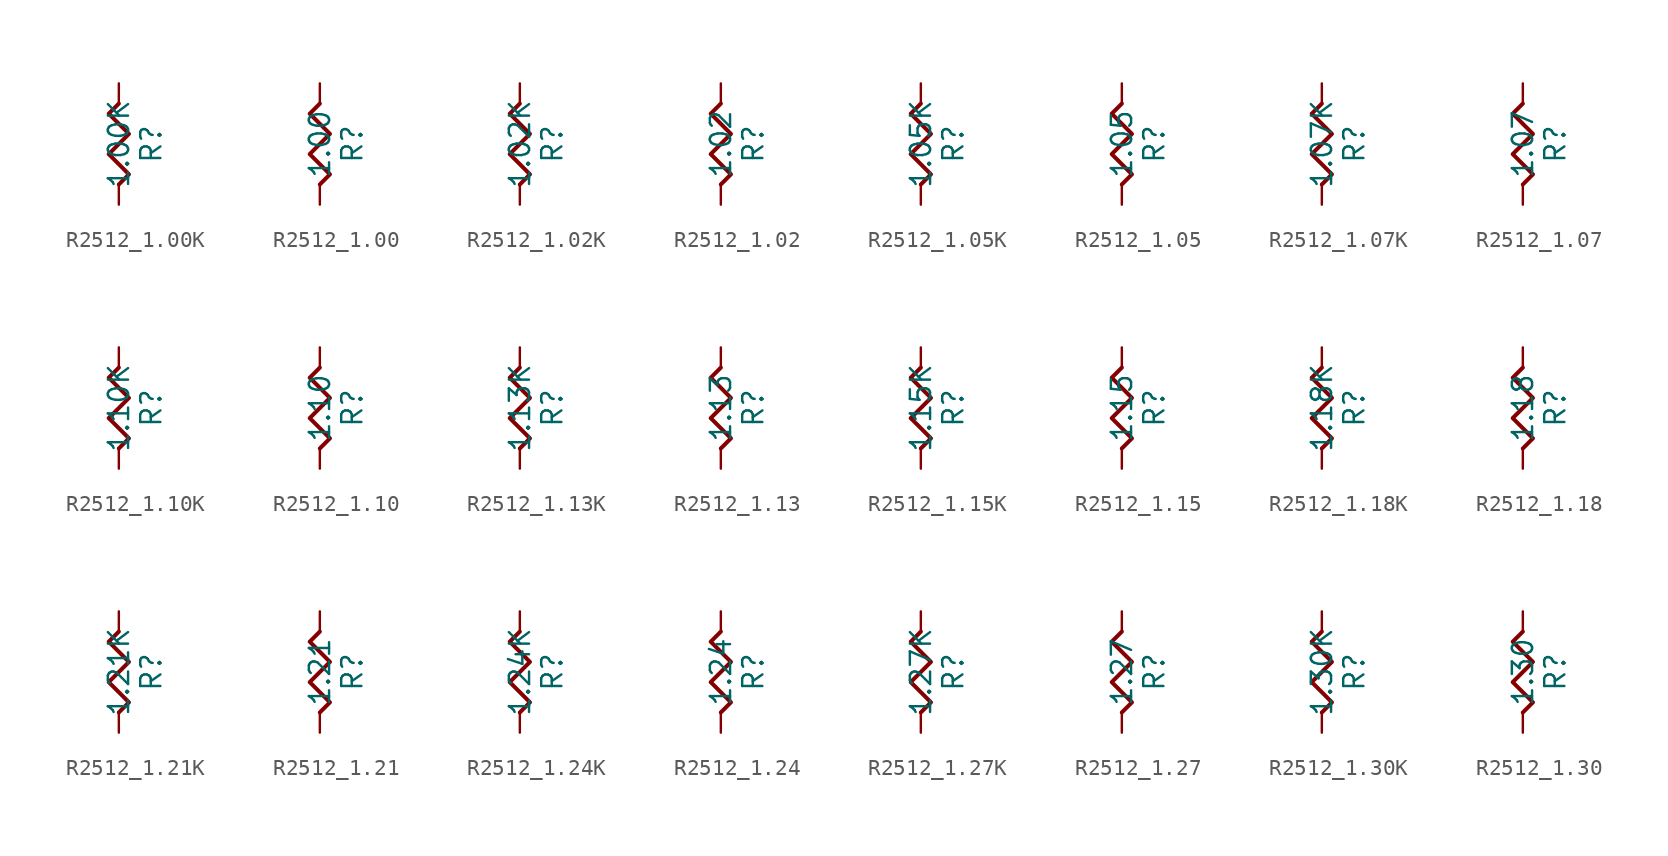
<source format=kicad_sym>
(kicad_symbol_lib
  (version 20211014)
  (generator atlantix-eda)
  (symbol "R2512_1.00K"
    (pin_numbers hide)
    (pin_names
      (offset 0))
    (property "Reference" "R"
      (at 2.032 0 90)
      (effects (font (size 1.27 1.27))))
    (property "Value" "1.00K"
      (at 0 0 90)
      (effects (font (size 1.27 1.27))))
    (symbol "R2512_1.00K_0_1"
      (polyline (pts (xy 0 -2.54) (xy 0.635 -1.905) (xy -0.635 -0.635) (xy 0.635 0.635) (xy -0.635 1.905) (xy 0 2.54)) (stroke (width 0.254) (type default) (color 0 0 0 0)) (fill (type none))))
    (symbol "R2512_1.00K_1_1"
      (pin passive line (at 0 3.81 270) (length 1.27) (name "~" (effects (font (size 1.27 1.27)))) (number "1" (effects (font (size 1.27 1.27)))))
      (pin passive line (at 0 -3.81 90) (length 1.27) (name "~" (effects (font (size 1.27 1.27)))) (number "2" (effects (font (size 1.27 1.27)))))))
  (symbol "R2512_1.00"
    (pin_numbers hide)
    (pin_names
      (offset 0))
    (property "Reference" "R"
      (at 2.032 0 90)
      (effects (font (size 1.27 1.27))))
    (property "Value" "1.00"
      (at 0 0 90)
      (effects (font (size 1.27 1.27))))
    (symbol "R2512_1.00_0_1"
      (polyline (pts (xy 0 -2.54) (xy 0.635 -1.905) (xy -0.635 -0.635) (xy 0.635 0.635) (xy -0.635 1.905) (xy 0 2.54)) (stroke (width 0.254) (type default) (color 0 0 0 0)) (fill (type none))))
    (symbol "R2512_1.00_1_1"
      (pin passive line (at 0 3.81 270) (length 1.27) (name "~" (effects (font (size 1.27 1.27)))) (number "1" (effects (font (size 1.27 1.27)))))
      (pin passive line (at 0 -3.81 90) (length 1.27) (name "~" (effects (font (size 1.27 1.27)))) (number "2" (effects (font (size 1.27 1.27)))))))
  (symbol "R2512_1.02K"
    (pin_numbers hide)
    (pin_names
      (offset 0))
    (property "Reference" "R"
      (at 2.032 0 90)
      (effects (font (size 1.27 1.27))))
    (property "Value" "1.02K"
      (at 0 0 90)
      (effects (font (size 1.27 1.27))))
    (symbol "R2512_1.02K_0_1"
      (polyline (pts (xy 0 -2.54) (xy 0.635 -1.905) (xy -0.635 -0.635) (xy 0.635 0.635) (xy -0.635 1.905) (xy 0 2.54)) (stroke (width 0.254) (type default) (color 0 0 0 0)) (fill (type none))))
    (symbol "R2512_1.02K_1_1"
      (pin passive line (at 0 3.81 270) (length 1.27) (name "~" (effects (font (size 1.27 1.27)))) (number "1" (effects (font (size 1.27 1.27)))))
      (pin passive line (at 0 -3.81 90) (length 1.27) (name "~" (effects (font (size 1.27 1.27)))) (number "2" (effects (font (size 1.27 1.27)))))))
  (symbol "R2512_1.02"
    (pin_numbers hide)
    (pin_names
      (offset 0))
    (property "Reference" "R"
      (at 2.032 0 90)
      (effects (font (size 1.27 1.27))))
    (property "Value" "1.02"
      (at 0 0 90)
      (effects (font (size 1.27 1.27))))
    (symbol "R2512_1.02_0_1"
      (polyline (pts (xy 0 -2.54) (xy 0.635 -1.905) (xy -0.635 -0.635) (xy 0.635 0.635) (xy -0.635 1.905) (xy 0 2.54)) (stroke (width 0.254) (type default) (color 0 0 0 0)) (fill (type none))))
    (symbol "R2512_1.02_1_1"
      (pin passive line (at 0 3.81 270) (length 1.27) (name "~" (effects (font (size 1.27 1.27)))) (number "1" (effects (font (size 1.27 1.27)))))
      (pin passive line (at 0 -3.81 90) (length 1.27) (name "~" (effects (font (size 1.27 1.27)))) (number "2" (effects (font (size 1.27 1.27)))))))
  (symbol "R2512_1.05K"
    (pin_numbers hide)
    (pin_names
      (offset 0))
    (property "Reference" "R"
      (at 2.032 0 90)
      (effects (font (size 1.27 1.27))))
    (property "Value" "1.05K"
      (at 0 0 90)
      (effects (font (size 1.27 1.27))))
    (symbol "R2512_1.05K_0_1"
      (polyline (pts (xy 0 -2.54) (xy 0.635 -1.905) (xy -0.635 -0.635) (xy 0.635 0.635) (xy -0.635 1.905) (xy 0 2.54)) (stroke (width 0.254) (type default) (color 0 0 0 0)) (fill (type none))))
    (symbol "R2512_1.05K_1_1"
      (pin passive line (at 0 3.81 270) (length 1.27) (name "~" (effects (font (size 1.27 1.27)))) (number "1" (effects (font (size 1.27 1.27)))))
      (pin passive line (at 0 -3.81 90) (length 1.27) (name "~" (effects (font (size 1.27 1.27)))) (number "2" (effects (font (size 1.27 1.27)))))))
  (symbol "R2512_1.05"
    (pin_numbers hide)
    (pin_names
      (offset 0))
    (property "Reference" "R"
      (at 2.032 0 90)
      (effects (font (size 1.27 1.27))))
    (property "Value" "1.05"
      (at 0 0 90)
      (effects (font (size 1.27 1.27))))
    (symbol "R2512_1.05_0_1"
      (polyline (pts (xy 0 -2.54) (xy 0.635 -1.905) (xy -0.635 -0.635) (xy 0.635 0.635) (xy -0.635 1.905) (xy 0 2.54)) (stroke (width 0.254) (type default) (color 0 0 0 0)) (fill (type none))))
    (symbol "R2512_1.05_1_1"
      (pin passive line (at 0 3.81 270) (length 1.27) (name "~" (effects (font (size 1.27 1.27)))) (number "1" (effects (font (size 1.27 1.27)))))
      (pin passive line (at 0 -3.81 90) (length 1.27) (name "~" (effects (font (size 1.27 1.27)))) (number "2" (effects (font (size 1.27 1.27)))))))
  (symbol "R2512_1.07K"
    (pin_numbers hide)
    (pin_names
      (offset 0))
    (property "Reference" "R"
      (at 2.032 0 90)
      (effects (font (size 1.27 1.27))))
    (property "Value" "1.07K"
      (at 0 0 90)
      (effects (font (size 1.27 1.27))))
    (symbol "R2512_1.07K_0_1"
      (polyline (pts (xy 0 -2.54) (xy 0.635 -1.905) (xy -0.635 -0.635) (xy 0.635 0.635) (xy -0.635 1.905) (xy 0 2.54)) (stroke (width 0.254) (type default) (color 0 0 0 0)) (fill (type none))))
    (symbol "R2512_1.07K_1_1"
      (pin passive line (at 0 3.81 270) (length 1.27) (name "~" (effects (font (size 1.27 1.27)))) (number "1" (effects (font (size 1.27 1.27)))))
      (pin passive line (at 0 -3.81 90) (length 1.27) (name "~" (effects (font (size 1.27 1.27)))) (number "2" (effects (font (size 1.27 1.27)))))))
  (symbol "R2512_1.07"
    (pin_numbers hide)
    (pin_names
      (offset 0))
    (property "Reference" "R"
      (at 2.032 0 90)
      (effects (font (size 1.27 1.27))))
    (property "Value" "1.07"
      (at 0 0 90)
      (effects (font (size 1.27 1.27))))
    (symbol "R2512_1.07_0_1"
      (polyline (pts (xy 0 -2.54) (xy 0.635 -1.905) (xy -0.635 -0.635) (xy 0.635 0.635) (xy -0.635 1.905) (xy 0 2.54)) (stroke (width 0.254) (type default) (color 0 0 0 0)) (fill (type none))))
    (symbol "R2512_1.07_1_1"
      (pin passive line (at 0 3.81 270) (length 1.27) (name "~" (effects (font (size 1.27 1.27)))) (number "1" (effects (font (size 1.27 1.27)))))
      (pin passive line (at 0 -3.81 90) (length 1.27) (name "~" (effects (font (size 1.27 1.27)))) (number "2" (effects (font (size 1.27 1.27)))))))
  (symbol "R2512_1.10K"
    (pin_numbers hide)
    (pin_names
      (offset 0))
    (property "Reference" "R"
      (at 2.032 0 90)
      (effects (font (size 1.27 1.27))))
    (property "Value" "1.10K"
      (at 0 0 90)
      (effects (font (size 1.27 1.27))))
    (symbol "R2512_1.10K_0_1"
      (polyline (pts (xy 0 -2.54) (xy 0.635 -1.905) (xy -0.635 -0.635) (xy 0.635 0.635) (xy -0.635 1.905) (xy 0 2.54)) (stroke (width 0.254) (type default) (color 0 0 0 0)) (fill (type none))))
    (symbol "R2512_1.10K_1_1"
      (pin passive line (at 0 3.81 270) (length 1.27) (name "~" (effects (font (size 1.27 1.27)))) (number "1" (effects (font (size 1.27 1.27)))))
      (pin passive line (at 0 -3.81 90) (length 1.27) (name "~" (effects (font (size 1.27 1.27)))) (number "2" (effects (font (size 1.27 1.27)))))))
  (symbol "R2512_1.10"
    (pin_numbers hide)
    (pin_names
      (offset 0))
    (property "Reference" "R"
      (at 2.032 0 90)
      (effects (font (size 1.27 1.27))))
    (property "Value" "1.10"
      (at 0 0 90)
      (effects (font (size 1.27 1.27))))
    (symbol "R2512_1.10_0_1"
      (polyline (pts (xy 0 -2.54) (xy 0.635 -1.905) (xy -0.635 -0.635) (xy 0.635 0.635) (xy -0.635 1.905) (xy 0 2.54)) (stroke (width 0.254) (type default) (color 0 0 0 0)) (fill (type none))))
    (symbol "R2512_1.10_1_1"
      (pin passive line (at 0 3.81 270) (length 1.27) (name "~" (effects (font (size 1.27 1.27)))) (number "1" (effects (font (size 1.27 1.27)))))
      (pin passive line (at 0 -3.81 90) (length 1.27) (name "~" (effects (font (size 1.27 1.27)))) (number "2" (effects (font (size 1.27 1.27)))))))
  (symbol "R2512_1.13K"
    (pin_numbers hide)
    (pin_names
      (offset 0))
    (property "Reference" "R"
      (at 2.032 0 90)
      (effects (font (size 1.27 1.27))))
    (property "Value" "1.13K"
      (at 0 0 90)
      (effects (font (size 1.27 1.27))))
    (symbol "R2512_1.13K_0_1"
      (polyline (pts (xy 0 -2.54) (xy 0.635 -1.905) (xy -0.635 -0.635) (xy 0.635 0.635) (xy -0.635 1.905) (xy 0 2.54)) (stroke (width 0.254) (type default) (color 0 0 0 0)) (fill (type none))))
    (symbol "R2512_1.13K_1_1"
      (pin passive line (at 0 3.81 270) (length 1.27) (name "~" (effects (font (size 1.27 1.27)))) (number "1" (effects (font (size 1.27 1.27)))))
      (pin passive line (at 0 -3.81 90) (length 1.27) (name "~" (effects (font (size 1.27 1.27)))) (number "2" (effects (font (size 1.27 1.27)))))))
  (symbol "R2512_1.13"
    (pin_numbers hide)
    (pin_names
      (offset 0))
    (property "Reference" "R"
      (at 2.032 0 90)
      (effects (font (size 1.27 1.27))))
    (property "Value" "1.13"
      (at 0 0 90)
      (effects (font (size 1.27 1.27))))
    (symbol "R2512_1.13_0_1"
      (polyline (pts (xy 0 -2.54) (xy 0.635 -1.905) (xy -0.635 -0.635) (xy 0.635 0.635) (xy -0.635 1.905) (xy 0 2.54)) (stroke (width 0.254) (type default) (color 0 0 0 0)) (fill (type none))))
    (symbol "R2512_1.13_1_1"
      (pin passive line (at 0 3.81 270) (length 1.27) (name "~" (effects (font (size 1.27 1.27)))) (number "1" (effects (font (size 1.27 1.27)))))
      (pin passive line (at 0 -3.81 90) (length 1.27) (name "~" (effects (font (size 1.27 1.27)))) (number "2" (effects (font (size 1.27 1.27)))))))
  (symbol "R2512_1.15K"
    (pin_numbers hide)
    (pin_names
      (offset 0))
    (property "Reference" "R"
      (at 2.032 0 90)
      (effects (font (size 1.27 1.27))))
    (property "Value" "1.15K"
      (at 0 0 90)
      (effects (font (size 1.27 1.27))))
    (symbol "R2512_1.15K_0_1"
      (polyline (pts (xy 0 -2.54) (xy 0.635 -1.905) (xy -0.635 -0.635) (xy 0.635 0.635) (xy -0.635 1.905) (xy 0 2.54)) (stroke (width 0.254) (type default) (color 0 0 0 0)) (fill (type none))))
    (symbol "R2512_1.15K_1_1"
      (pin passive line (at 0 3.81 270) (length 1.27) (name "~" (effects (font (size 1.27 1.27)))) (number "1" (effects (font (size 1.27 1.27)))))
      (pin passive line (at 0 -3.81 90) (length 1.27) (name "~" (effects (font (size 1.27 1.27)))) (number "2" (effects (font (size 1.27 1.27)))))))
  (symbol "R2512_1.15"
    (pin_numbers hide)
    (pin_names
      (offset 0))
    (property "Reference" "R"
      (at 2.032 0 90)
      (effects (font (size 1.27 1.27))))
    (property "Value" "1.15"
      (at 0 0 90)
      (effects (font (size 1.27 1.27))))
    (symbol "R2512_1.15_0_1"
      (polyline (pts (xy 0 -2.54) (xy 0.635 -1.905) (xy -0.635 -0.635) (xy 0.635 0.635) (xy -0.635 1.905) (xy 0 2.54)) (stroke (width 0.254) (type default) (color 0 0 0 0)) (fill (type none))))
    (symbol "R2512_1.15_1_1"
      (pin passive line (at 0 3.81 270) (length 1.27) (name "~" (effects (font (size 1.27 1.27)))) (number "1" (effects (font (size 1.27 1.27)))))
      (pin passive line (at 0 -3.81 90) (length 1.27) (name "~" (effects (font (size 1.27 1.27)))) (number "2" (effects (font (size 1.27 1.27)))))))
  (symbol "R2512_1.18K"
    (pin_numbers hide)
    (pin_names
      (offset 0))
    (property "Reference" "R"
      (at 2.032 0 90)
      (effects (font (size 1.27 1.27))))
    (property "Value" "1.18K"
      (at 0 0 90)
      (effects (font (size 1.27 1.27))))
    (symbol "R2512_1.18K_0_1"
      (polyline (pts (xy 0 -2.54) (xy 0.635 -1.905) (xy -0.635 -0.635) (xy 0.635 0.635) (xy -0.635 1.905) (xy 0 2.54)) (stroke (width 0.254) (type default) (color 0 0 0 0)) (fill (type none))))
    (symbol "R2512_1.18K_1_1"
      (pin passive line (at 0 3.81 270) (length 1.27) (name "~" (effects (font (size 1.27 1.27)))) (number "1" (effects (font (size 1.27 1.27)))))
      (pin passive line (at 0 -3.81 90) (length 1.27) (name "~" (effects (font (size 1.27 1.27)))) (number "2" (effects (font (size 1.27 1.27)))))))
  (symbol "R2512_1.18"
    (pin_numbers hide)
    (pin_names
      (offset 0))
    (property "Reference" "R"
      (at 2.032 0 90)
      (effects (font (size 1.27 1.27))))
    (property "Value" "1.18"
      (at 0 0 90)
      (effects (font (size 1.27 1.27))))
    (symbol "R2512_1.18_0_1"
      (polyline (pts (xy 0 -2.54) (xy 0.635 -1.905) (xy -0.635 -0.635) (xy 0.635 0.635) (xy -0.635 1.905) (xy 0 2.54)) (stroke (width 0.254) (type default) (color 0 0 0 0)) (fill (type none))))
    (symbol "R2512_1.18_1_1"
      (pin passive line (at 0 3.81 270) (length 1.27) (name "~" (effects (font (size 1.27 1.27)))) (number "1" (effects (font (size 1.27 1.27)))))
      (pin passive line (at 0 -3.81 90) (length 1.27) (name "~" (effects (font (size 1.27 1.27)))) (number "2" (effects (font (size 1.27 1.27)))))))
  (symbol "R2512_1.21K"
    (pin_numbers hide)
    (pin_names
      (offset 0))
    (property "Reference" "R"
      (at 2.032 0 90)
      (effects (font (size 1.27 1.27))))
    (property "Value" "1.21K"
      (at 0 0 90)
      (effects (font (size 1.27 1.27))))
    (symbol "R2512_1.21K_0_1"
      (polyline (pts (xy 0 -2.54) (xy 0.635 -1.905) (xy -0.635 -0.635) (xy 0.635 0.635) (xy -0.635 1.905) (xy 0 2.54)) (stroke (width 0.254) (type default) (color 0 0 0 0)) (fill (type none))))
    (symbol "R2512_1.21K_1_1"
      (pin passive line (at 0 3.81 270) (length 1.27) (name "~" (effects (font (size 1.27 1.27)))) (number "1" (effects (font (size 1.27 1.27)))))
      (pin passive line (at 0 -3.81 90) (length 1.27) (name "~" (effects (font (size 1.27 1.27)))) (number "2" (effects (font (size 1.27 1.27)))))))
  (symbol "R2512_1.21"
    (pin_numbers hide)
    (pin_names
      (offset 0))
    (property "Reference" "R"
      (at 2.032 0 90)
      (effects (font (size 1.27 1.27))))
    (property "Value" "1.21"
      (at 0 0 90)
      (effects (font (size 1.27 1.27))))
    (symbol "R2512_1.21_0_1"
      (polyline (pts (xy 0 -2.54) (xy 0.635 -1.905) (xy -0.635 -0.635) (xy 0.635 0.635) (xy -0.635 1.905) (xy 0 2.54)) (stroke (width 0.254) (type default) (color 0 0 0 0)) (fill (type none))))
    (symbol "R2512_1.21_1_1"
      (pin passive line (at 0 3.81 270) (length 1.27) (name "~" (effects (font (size 1.27 1.27)))) (number "1" (effects (font (size 1.27 1.27)))))
      (pin passive line (at 0 -3.81 90) (length 1.27) (name "~" (effects (font (size 1.27 1.27)))) (number "2" (effects (font (size 1.27 1.27)))))))
  (symbol "R2512_1.24K"
    (pin_numbers hide)
    (pin_names
      (offset 0))
    (property "Reference" "R"
      (at 2.032 0 90)
      (effects (font (size 1.27 1.27))))
    (property "Value" "1.24K"
      (at 0 0 90)
      (effects (font (size 1.27 1.27))))
    (symbol "R2512_1.24K_0_1"
      (polyline (pts (xy 0 -2.54) (xy 0.635 -1.905) (xy -0.635 -0.635) (xy 0.635 0.635) (xy -0.635 1.905) (xy 0 2.54)) (stroke (width 0.254) (type default) (color 0 0 0 0)) (fill (type none))))
    (symbol "R2512_1.24K_1_1"
      (pin passive line (at 0 3.81 270) (length 1.27) (name "~" (effects (font (size 1.27 1.27)))) (number "1" (effects (font (size 1.27 1.27)))))
      (pin passive line (at 0 -3.81 90) (length 1.27) (name "~" (effects (font (size 1.27 1.27)))) (number "2" (effects (font (size 1.27 1.27)))))))
  (symbol "R2512_1.24"
    (pin_numbers hide)
    (pin_names
      (offset 0))
    (property "Reference" "R"
      (at 2.032 0 90)
      (effects (font (size 1.27 1.27))))
    (property "Value" "1.24"
      (at 0 0 90)
      (effects (font (size 1.27 1.27))))
    (symbol "R2512_1.24_0_1"
      (polyline (pts (xy 0 -2.54) (xy 0.635 -1.905) (xy -0.635 -0.635) (xy 0.635 0.635) (xy -0.635 1.905) (xy 0 2.54)) (stroke (width 0.254) (type default) (color 0 0 0 0)) (fill (type none))))
    (symbol "R2512_1.24_1_1"
      (pin passive line (at 0 3.81 270) (length 1.27) (name "~" (effects (font (size 1.27 1.27)))) (number "1" (effects (font (size 1.27 1.27)))))
      (pin passive line (at 0 -3.81 90) (length 1.27) (name "~" (effects (font (size 1.27 1.27)))) (number "2" (effects (font (size 1.27 1.27)))))))
  (symbol "R2512_1.27K"
    (pin_numbers hide)
    (pin_names
      (offset 0))
    (property "Reference" "R"
      (at 2.032 0 90)
      (effects (font (size 1.27 1.27))))
    (property "Value" "1.27K"
      (at 0 0 90)
      (effects (font (size 1.27 1.27))))
    (symbol "R2512_1.27K_0_1"
      (polyline (pts (xy 0 -2.54) (xy 0.635 -1.905) (xy -0.635 -0.635) (xy 0.635 0.635) (xy -0.635 1.905) (xy 0 2.54)) (stroke (width 0.254) (type default) (color 0 0 0 0)) (fill (type none))))
    (symbol "R2512_1.27K_1_1"
      (pin passive line (at 0 3.81 270) (length 1.27) (name "~" (effects (font (size 1.27 1.27)))) (number "1" (effects (font (size 1.27 1.27)))))
      (pin passive line (at 0 -3.81 90) (length 1.27) (name "~" (effects (font (size 1.27 1.27)))) (number "2" (effects (font (size 1.27 1.27)))))))
  (symbol "R2512_1.27"
    (pin_numbers hide)
    (pin_names
      (offset 0))
    (property "Reference" "R"
      (at 2.032 0 90)
      (effects (font (size 1.27 1.27))))
    (property "Value" "1.27"
      (at 0 0 90)
      (effects (font (size 1.27 1.27))))
    (symbol "R2512_1.27_0_1"
      (polyline (pts (xy 0 -2.54) (xy 0.635 -1.905) (xy -0.635 -0.635) (xy 0.635 0.635) (xy -0.635 1.905) (xy 0 2.54)) (stroke (width 0.254) (type default) (color 0 0 0 0)) (fill (type none))))
    (symbol "R2512_1.27_1_1"
      (pin passive line (at 0 3.81 270) (length 1.27) (name "~" (effects (font (size 1.27 1.27)))) (number "1" (effects (font (size 1.27 1.27)))))
      (pin passive line (at 0 -3.81 90) (length 1.27) (name "~" (effects (font (size 1.27 1.27)))) (number "2" (effects (font (size 1.27 1.27)))))))
  (symbol "R2512_1.30K"
    (pin_numbers hide)
    (pin_names
      (offset 0))
    (property "Reference" "R"
      (at 2.032 0 90)
      (effects (font (size 1.27 1.27))))
    (property "Value" "1.30K"
      (at 0 0 90)
      (effects (font (size 1.27 1.27))))
    (symbol "R2512_1.30K_0_1"
      (polyline (pts (xy 0 -2.54) (xy 0.635 -1.905) (xy -0.635 -0.635) (xy 0.635 0.635) (xy -0.635 1.905) (xy 0 2.54)) (stroke (width 0.254) (type default) (color 0 0 0 0)) (fill (type none))))
    (symbol "R2512_1.30K_1_1"
      (pin passive line (at 0 3.81 270) (length 1.27) (name "~" (effects (font (size 1.27 1.27)))) (number "1" (effects (font (size 1.27 1.27)))))
      (pin passive line (at 0 -3.81 90) (length 1.27) (name "~" (effects (font (size 1.27 1.27)))) (number "2" (effects (font (size 1.27 1.27)))))))
  (symbol "R2512_1.30"
    (pin_numbers hide)
    (pin_names
      (offset 0))
    (property "Reference" "R"
      (at 2.032 0 90)
      (effects (font (size 1.27 1.27))))
    (property "Value" "1.30"
      (at 0 0 90)
      (effects (font (size 1.27 1.27))))
    (symbol "R2512_1.30_0_1"
      (polyline (pts (xy 0 -2.54) (xy 0.635 -1.905) (xy -0.635 -0.635) (xy 0.635 0.635) (xy -0.635 1.905) (xy 0 2.54)) (stroke (width 0.254) (type default) (color 0 0 0 0)) (fill (type none))))
    (symbol "R2512_1.30_1_1"
      (pin passive line (at 0 3.81 270) (length 1.27) (name "~" (effects (font (size 1.27 1.27)))) (number "1" (effects (font (size 1.27 1.27)))))
      (pin passive line (at 0 -3.81 90) (length 1.27) (name "~" (effects (font (size 1.27 1.27)))) (number "2" (effects (font (size 1.27 1.27))))))))
</source>
